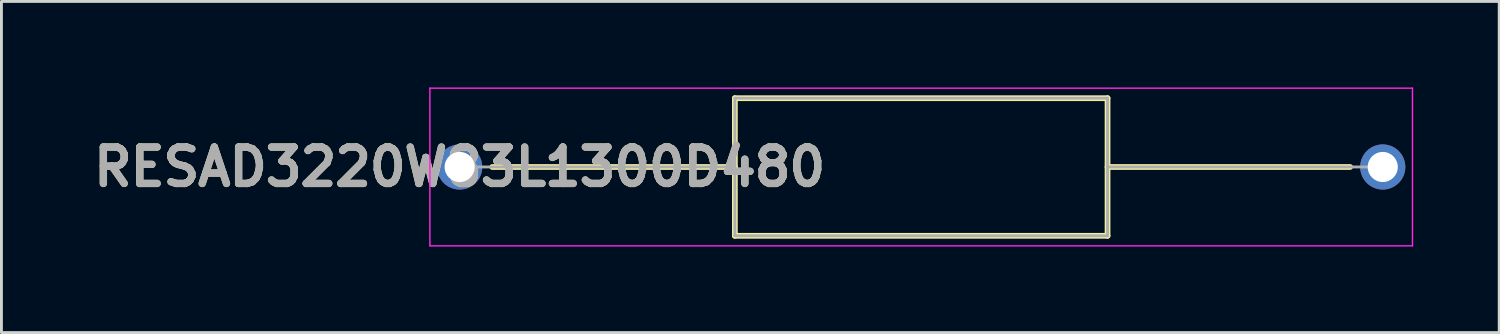
<source format=kicad_pcb>
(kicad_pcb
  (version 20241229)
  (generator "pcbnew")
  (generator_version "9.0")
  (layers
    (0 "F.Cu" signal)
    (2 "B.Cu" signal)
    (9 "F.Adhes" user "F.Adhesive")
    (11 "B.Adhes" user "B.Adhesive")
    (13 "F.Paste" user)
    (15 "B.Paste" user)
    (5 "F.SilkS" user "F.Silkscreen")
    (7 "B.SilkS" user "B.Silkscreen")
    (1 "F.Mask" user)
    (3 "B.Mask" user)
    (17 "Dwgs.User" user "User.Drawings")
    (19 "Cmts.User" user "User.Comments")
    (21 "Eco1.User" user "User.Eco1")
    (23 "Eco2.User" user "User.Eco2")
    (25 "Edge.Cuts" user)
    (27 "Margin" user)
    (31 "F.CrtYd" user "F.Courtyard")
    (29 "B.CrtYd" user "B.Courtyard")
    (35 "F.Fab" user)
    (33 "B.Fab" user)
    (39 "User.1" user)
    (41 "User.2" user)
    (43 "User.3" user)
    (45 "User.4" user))
  (footprint "RESAD3220W83L1300D480"
    (layer "F.Cu")
    (at 12.984 2.775)
    (property "Reference" "RESAD3220W83L1300D480" (at 0 0 0) (layer "F.SilkS") (effects (font (size 1.27 1.27) (thickness 0.254))))
    (attr through_hole)
    (fp_line (start 1.138 0) (end 9.6 0) (stroke (width 0.2) (type solid)) (layer "F.SilkS"))
    (fp_line (start 9.6 -2.4) (end 22.6 -2.4) (stroke (width 0.2) (type solid)) (layer "F.SilkS"))
    (fp_line (start 9.6 2.4) (end 9.6 -2.4) (stroke (width 0.2) (type solid)) (layer "F.SilkS"))
    (fp_line (start 22.6 -2.4) (end 22.6 2.4) (stroke (width 0.2) (type solid)) (layer "F.SilkS"))
    (fp_line (start 22.6 0) (end 31.062 0) (stroke (width 0.2) (type solid)) (layer "F.SilkS"))
    (fp_line (start 22.6 2.4) (end 9.6 2.4) (stroke (width 0.2) (type solid)) (layer "F.SilkS"))
    (fp_line (start -1.038 -2.75) (end 33.237 -2.75) (stroke (width 0.05) (type solid)) (layer "F.CrtYd"))
    (fp_line (start -1.038 2.75) (end -1.038 -2.75) (stroke (width 0.05) (type solid)) (layer "F.CrtYd"))
    (fp_line (start 33.237 -2.75) (end 33.237 2.75) (stroke (width 0.05) (type solid)) (layer "F.CrtYd"))
    (fp_line (start 33.237 2.75) (end -1.038 2.75) (stroke (width 0.05) (type solid)) (layer "F.CrtYd"))
    (fp_line (start 0 0) (end 9.6 0) (stroke (width 0.1) (type solid)) (layer "F.Fab"))
    (fp_line (start 9.6 -2.4) (end 22.6 -2.4) (stroke (width 0.1) (type solid)) (layer "F.Fab"))
    (fp_line (start 9.6 2.4) (end 9.6 -2.4) (stroke (width 0.1) (type solid)) (layer "F.Fab"))
    (fp_line (start 22.6 -2.4) (end 22.6 2.4) (stroke (width 0.1) (type solid)) (layer "F.Fab"))
    (fp_line (start 22.6 0) (end 32.2 0) (stroke (width 0.1) (type solid)) (layer "F.Fab"))
    (fp_line (start 22.6 2.4) (end 9.6 2.4) (stroke (width 0.1) (type solid)) (layer "F.Fab"))
    (fp_text user "${REFERENCE}" (at 0 0 0) (layer "F.Fab") (effects (font (size 1.27 1.27) (thickness 0.254))))
    (pad "1" thru_hole circle (at 0 0) (size 1.575 1.575) (drill 1.05) (layers "*.Cu" "*.Mask"))
    (pad "2" thru_hole circle (at 32.2 0) (size 1.575 1.575) (drill 1.05) (layers "*.Cu" "*.Mask")))
  (gr_rect
    (start -3 -3)
    (end 49.246 8.55)
    (stroke (width 0.1) (type default))
    (fill no)
    (layer "Edge.Cuts")))
</source>
